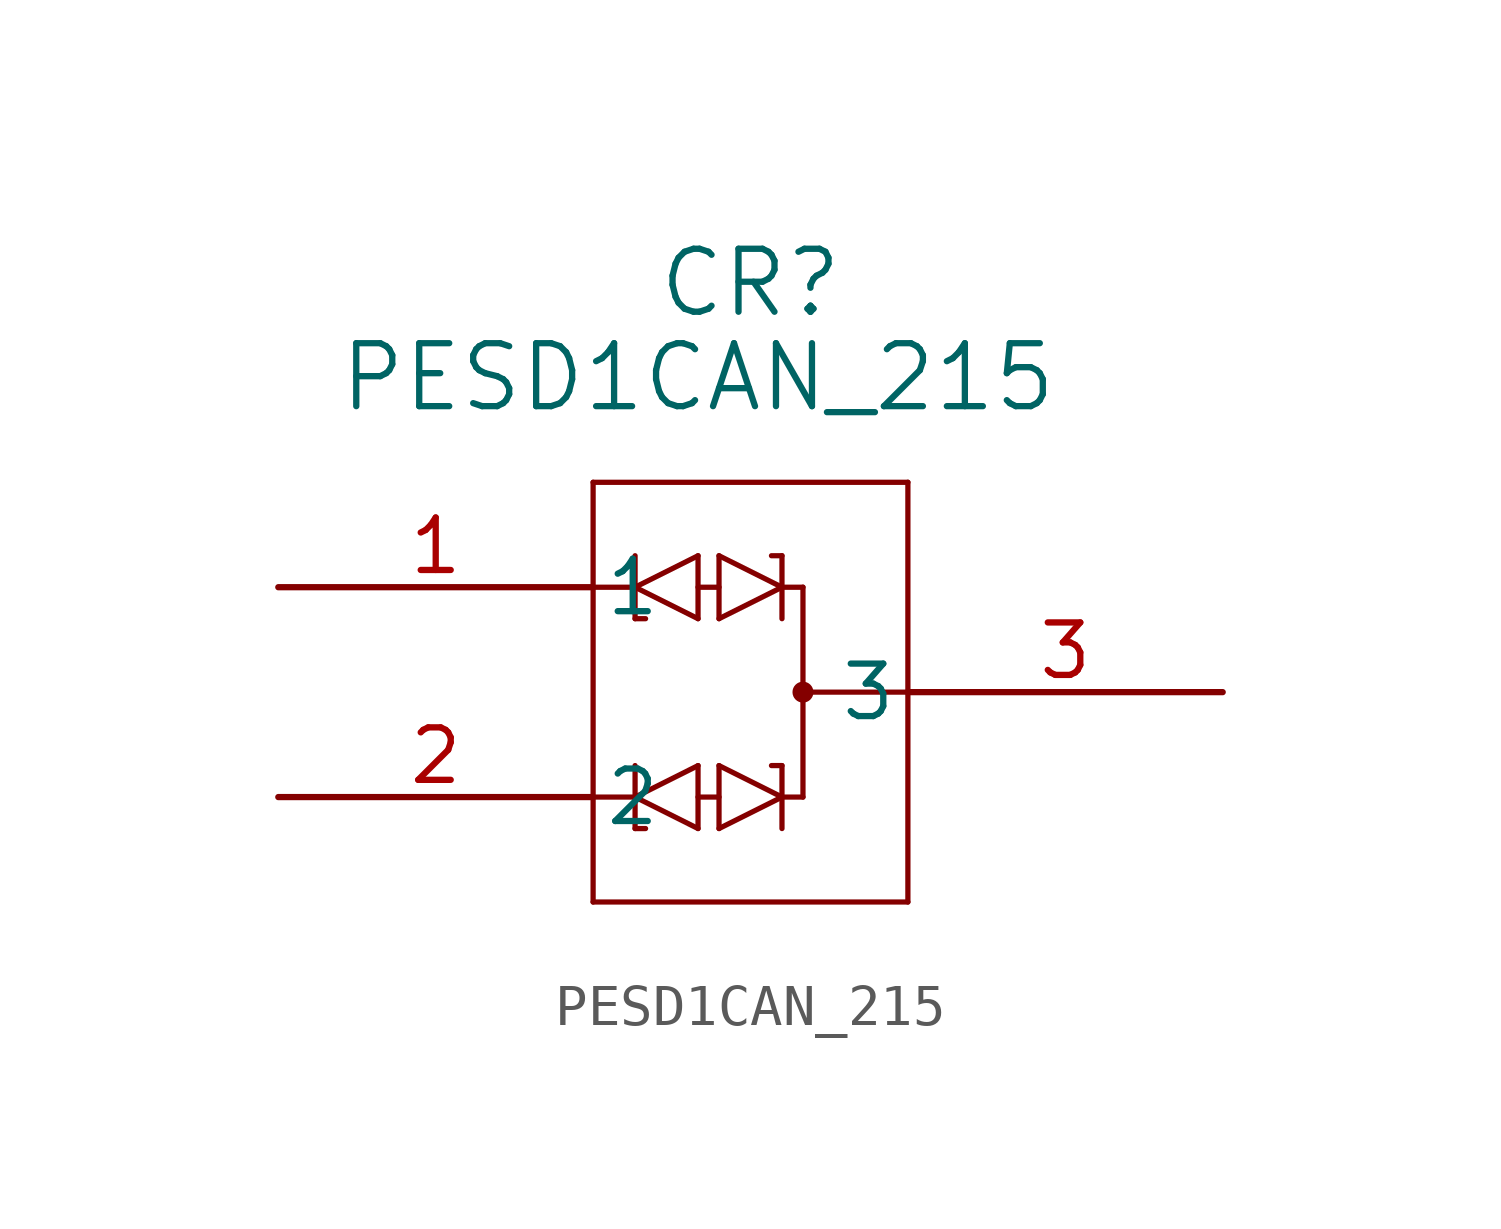
<source format=kicad_sym>
(kicad_symbol_lib
  (version 20211014)
  (generator kicad_symbol_editor)
  (symbol "PESD1CAN_215"
    (pin_names
      (offset 0.254))
    (property "Reference" "CR"
      (at 11.43 7.366 0)
      (effects (font (size 1.524 1.524))))
    (property "Value" "PESD1CAN_215"
      (at 10.16 5.08 0)
      (effects (font (size 1.524 1.524))))
    (symbol "PESD1CAN_215_0_1"
      (polyline (pts (xy 7.62 2.54) (xy 7.62 -7.62)) (stroke (width 0.127) (type default) (color 0 0 0 0)) (fill (type none)))
      (polyline (pts (xy 7.62 -7.62) (xy 15.24 -7.62)) (stroke (width 0.127) (type default) (color 0 0 0 0)) (fill (type none)))
      (polyline (pts (xy 15.24 -7.62) (xy 15.24 2.54)) (stroke (width 0.127) (type default) (color 0 0 0 0)) (fill (type none)))
      (polyline (pts (xy 15.24 2.54) (xy 7.62 2.54)) (stroke (width 0.127) (type default) (color 0 0 0 0)) (fill (type none)))
      (polyline (pts (xy 7.62 0) (xy 8.636 0)) (stroke (width 0.127) (type default) (color 0 0 0 0)) (fill (type none)))
      (polyline (pts (xy 7.62 -5.08) (xy 8.636 -5.08)) (stroke (width 0.127) (type default) (color 0 0 0 0)) (fill (type none)))
      (polyline (pts (xy 10.668 0.762) (xy 10.668 -0.762)) (stroke (width 0.127) (type default) (color 0 0 0 0)) (fill (type none)))
      (polyline (pts (xy 10.668 -0.762) (xy 12.192 0)) (stroke (width 0.127) (type default) (color 0 0 0 0)) (fill (type none)))
      (polyline (pts (xy 12.192 0) (xy 10.668 0.762)) (stroke (width 0.127) (type default) (color 0 0 0 0)) (fill (type none)))
      (polyline (pts (xy 12.192 0.762) (xy 12.192 -0.762)) (stroke (width 0.127) (type default) (color 0 0 0 0)) (fill (type none)))
      (polyline (pts (xy 12.7 0) (xy 12.7 -5.08)) (stroke (width 0.127) (type default) (color 0 0 0 0)) (fill (type none)))
      (polyline (pts (xy 12.7 -2.54) (xy 15.24 -2.54)) (stroke (width 0.127) (type default) (color 0 0 0 0)) (fill (type none)))
      (circle (center 12.7 -2.54) (radius 0.127) (stroke (width 0.254) (type default) (color 0 0 0 0)) (fill (type none)))
      (polyline (pts (xy 10.16 -0.762) (xy 10.16 0.762)) (stroke (width 0.127) (type default) (color 0 0 0 0)) (fill (type none)))
      (polyline (pts (xy 10.16 0.762) (xy 8.636 0)) (stroke (width 0.127) (type default) (color 0 0 0 0)) (fill (type none)))
      (polyline (pts (xy 8.636 0) (xy 10.16 -0.762)) (stroke (width 0.127) (type default) (color 0 0 0 0)) (fill (type none)))
      (polyline (pts (xy 8.636 -0.762) (xy 8.636 0.762)) (stroke (width 0.127) (type default) (color 0 0 0 0)) (fill (type none)))
      (polyline (pts (xy 8.636 -0.762) (xy 8.89 -0.762)) (stroke (width 0.127) (type default) (color 0 0 0 0)) (fill (type none)))
      (polyline (pts (xy 12.192 0.762) (xy 11.938 0.762)) (stroke (width 0.127) (type default) (color 0 0 0 0)) (fill (type none)))
      (polyline (pts (xy 10.668 -4.318) (xy 10.668 -5.842)) (stroke (width 0.127) (type default) (color 0 0 0 0)) (fill (type none)))
      (polyline (pts (xy 10.668 -5.842) (xy 12.192 -5.08)) (stroke (width 0.127) (type default) (color 0 0 0 0)) (fill (type none)))
      (polyline (pts (xy 12.192 -5.08) (xy 10.668 -4.318)) (stroke (width 0.127) (type default) (color 0 0 0 0)) (fill (type none)))
      (polyline (pts (xy 12.192 -4.318) (xy 12.192 -5.842)) (stroke (width 0.127) (type default) (color 0 0 0 0)) (fill (type none)))
      (polyline (pts (xy 10.16 -5.842) (xy 10.16 -4.318)) (stroke (width 0.127) (type default) (color 0 0 0 0)) (fill (type none)))
      (polyline (pts (xy 10.16 -4.318) (xy 8.636 -5.08)) (stroke (width 0.127) (type default) (color 0 0 0 0)) (fill (type none)))
      (polyline (pts (xy 8.636 -5.08) (xy 10.16 -5.842)) (stroke (width 0.127) (type default) (color 0 0 0 0)) (fill (type none)))
      (polyline (pts (xy 8.636 -5.842) (xy 8.636 -4.318)) (stroke (width 0.127) (type default) (color 0 0 0 0)) (fill (type none)))
      (polyline (pts (xy 8.636 -5.842) (xy 8.89 -5.842)) (stroke (width 0.127) (type default) (color 0 0 0 0)) (fill (type none)))
      (polyline (pts (xy 12.192 -4.318) (xy 11.938 -4.318)) (stroke (width 0.127) (type default) (color 0 0 0 0)) (fill (type none)))
      (polyline (pts (xy 10.16 0) (xy 10.668 0)) (stroke (width 0.127) (type default) (color 0 0 0 0)) (fill (type none)))
      (polyline (pts (xy 12.192 0) (xy 12.7 0)) (stroke (width 0.127) (type default) (color 0 0 0 0)) (fill (type none)))
      (polyline (pts (xy 10.16 -5.08) (xy 10.668 -5.08)) (stroke (width 0.127) (type default) (color 0 0 0 0)) (fill (type none)))
      (polyline (pts (xy 12.192 -5.08) (xy 12.7 -5.08)) (stroke (width 0.127) (type default) (color 0 0 0 0)) (fill (type none)))
      (pin unspecified line (at 0 0 0) (length 7.62) (name "1" (effects (font (size 1.27 1.27)))) (number "1" (effects (font (size 1.27 1.27)))))
      (pin unspecified line (at 0 -5.08 0) (length 7.62) (name "2" (effects (font (size 1.27 1.27)))) (number "2" (effects (font (size 1.27 1.27)))))
      (pin unspecified line (at 22.86 -2.54 180) (length 7.62) (name "3" (effects (font (size 1.27 1.27)))) (number "3" (effects (font (size 1.27 1.27))))))))
</source>
